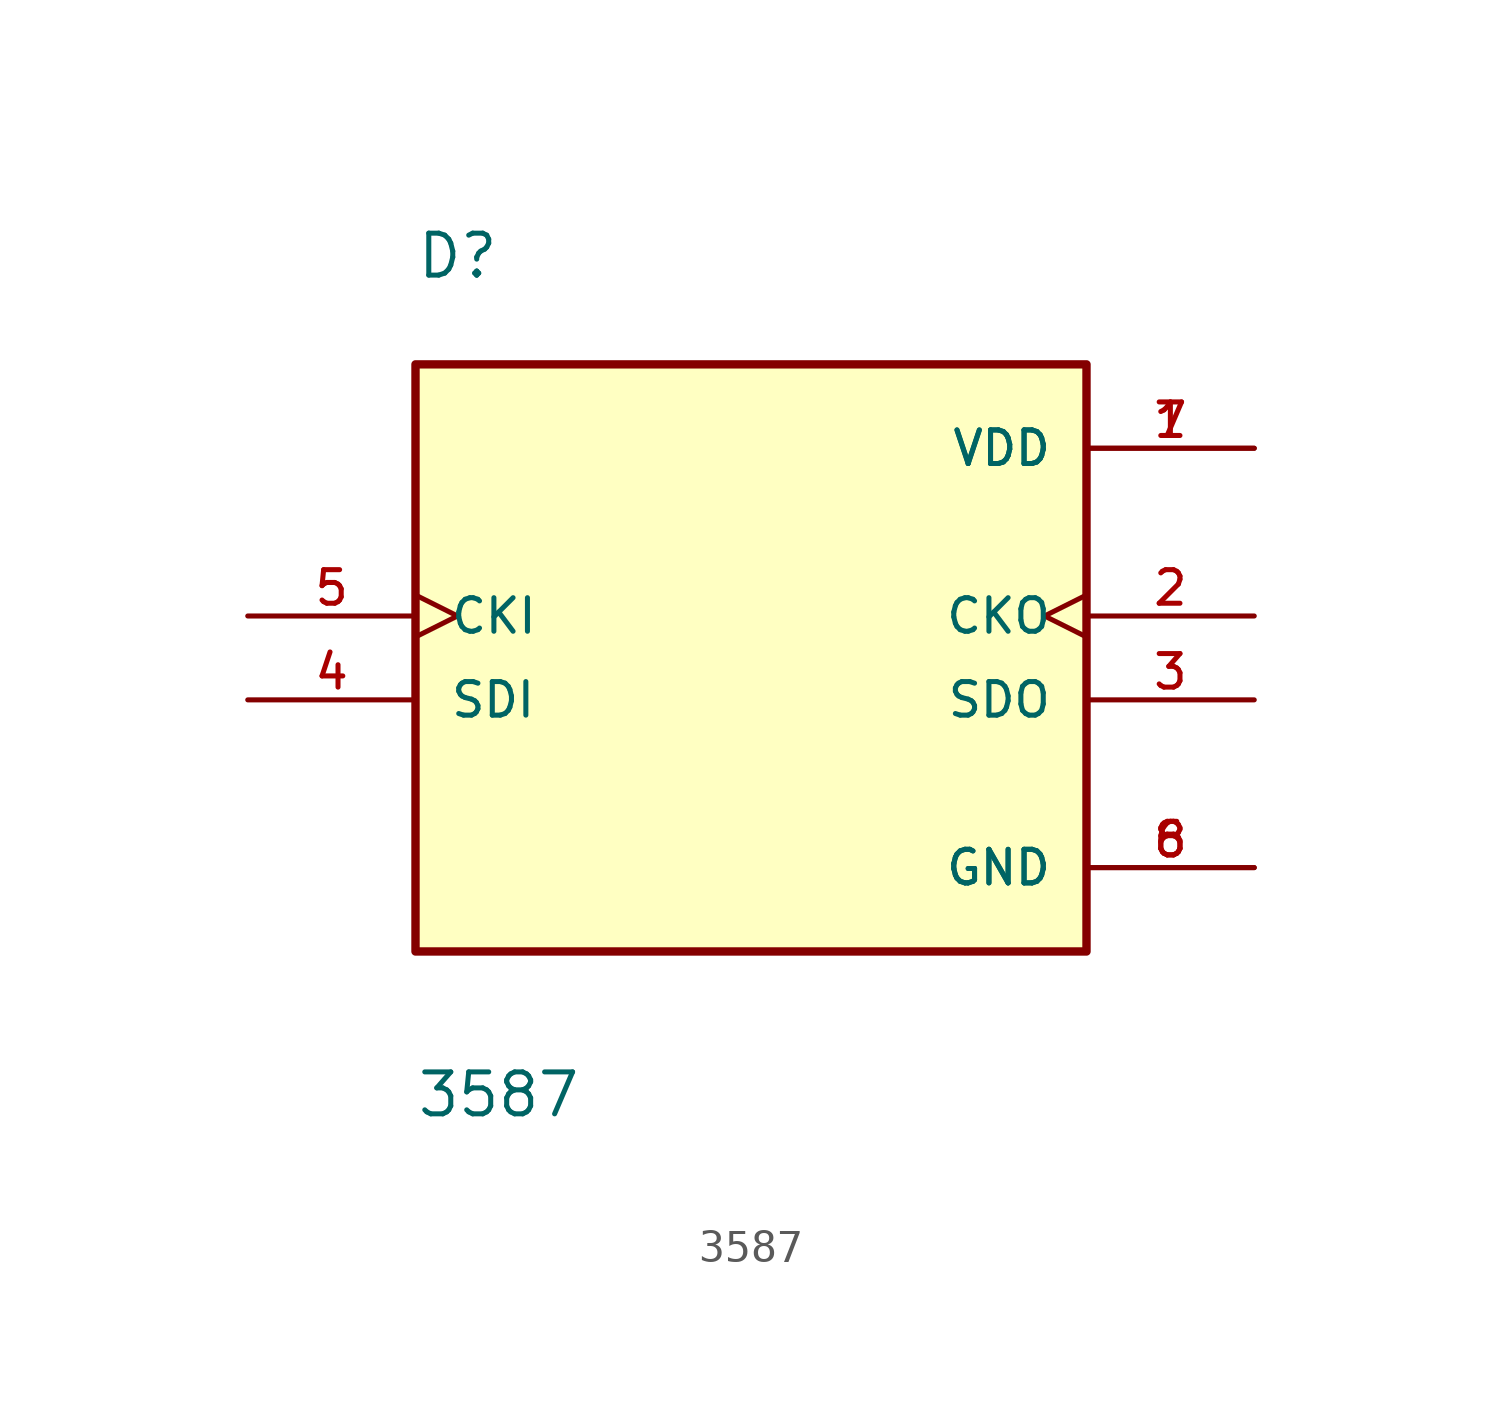
<source format=kicad_sym>
(kicad_symbol_lib
  (version 20211014)
  (generator kicad_symbol_editor)
  (symbol "3587"
    (pin_names
      (offset 1.016))
    (property "Reference" "D"
      (at -10.16 12.7 0)
      (effects (font (size 1.27 1.27)) (justify bottom left)))
    (property "Value" "3587"
      (at -10.16 -12.7 0)
      (effects (font (size 1.27 1.27)) (justify bottom left)))
    (symbol "3587_0_0"
      (rectangle (start -10.16 -7.62) (end 10.16 10.16) (stroke (width 0.254)) (fill (type background)))
      (pin input clock (at -15.24 2.54 0) (length 5.08) (name "CKI" (effects (font (size 1.016 1.016)))) (number "5" (effects (font (size 1.016 1.016)))))
      (pin input line (at -15.24 0.0 0) (length 5.08) (name "SDI" (effects (font (size 1.016 1.016)))) (number "4" (effects (font (size 1.016 1.016)))))
      (pin power_in line (at 15.24 7.62 180.0) (length 5.08) (name "VDD" (effects (font (size 1.016 1.016)))) (number "1" (effects (font (size 1.016 1.016)))))
      (pin power_in line (at 15.24 7.62 180.0) (length 5.08) (name "VDD" (effects (font (size 1.016 1.016)))) (number "7" (effects (font (size 1.016 1.016)))))
      (pin output clock (at 15.24 2.54 180.0) (length 5.08) (name "CKO" (effects (font (size 1.016 1.016)))) (number "2" (effects (font (size 1.016 1.016)))))
      (pin output line (at 15.24 0.0 180.0) (length 5.08) (name "SDO" (effects (font (size 1.016 1.016)))) (number "3" (effects (font (size 1.016 1.016)))))
      (pin power_in line (at 15.24 -5.08 180.0) (length 5.08) (name "GND" (effects (font (size 1.016 1.016)))) (number "6" (effects (font (size 1.016 1.016)))))
      (pin power_in line (at 15.24 -5.08 180.0) (length 5.08) (name "GND" (effects (font (size 1.016 1.016)))) (number "8" (effects (font (size 1.016 1.016))))))))
</source>
